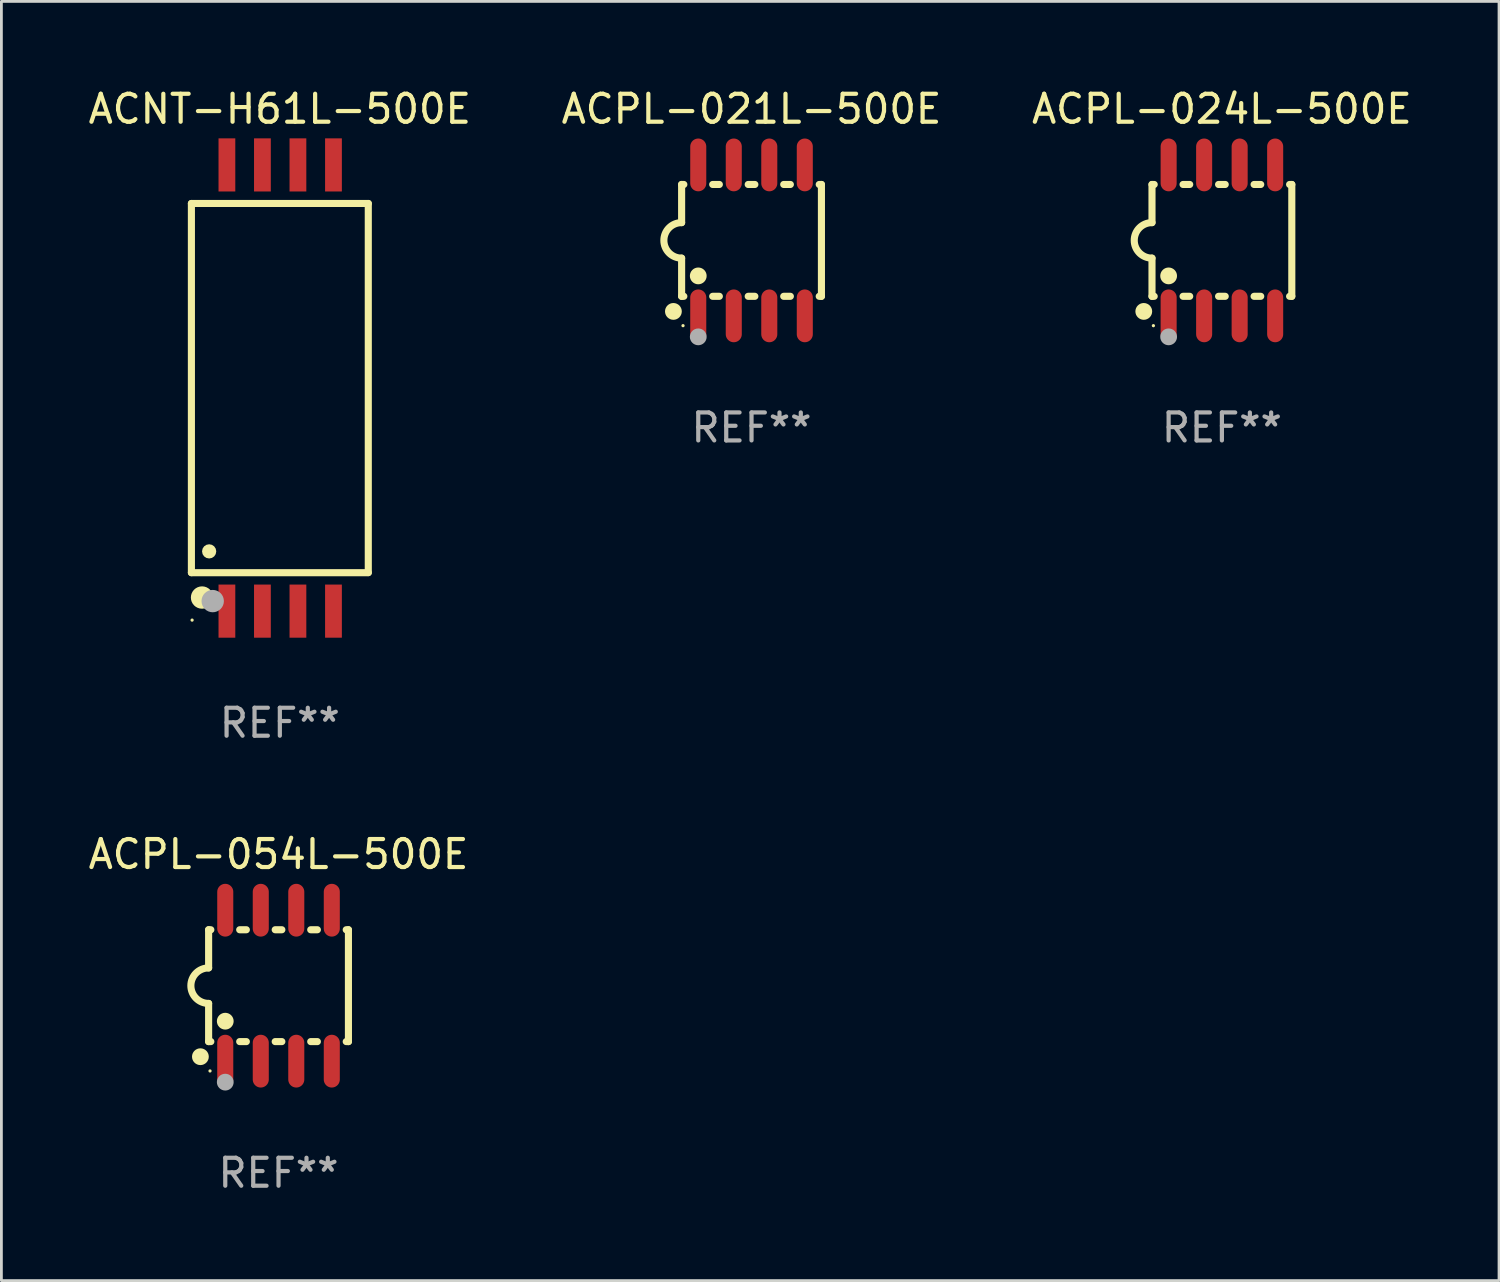
<source format=kicad_pcb>
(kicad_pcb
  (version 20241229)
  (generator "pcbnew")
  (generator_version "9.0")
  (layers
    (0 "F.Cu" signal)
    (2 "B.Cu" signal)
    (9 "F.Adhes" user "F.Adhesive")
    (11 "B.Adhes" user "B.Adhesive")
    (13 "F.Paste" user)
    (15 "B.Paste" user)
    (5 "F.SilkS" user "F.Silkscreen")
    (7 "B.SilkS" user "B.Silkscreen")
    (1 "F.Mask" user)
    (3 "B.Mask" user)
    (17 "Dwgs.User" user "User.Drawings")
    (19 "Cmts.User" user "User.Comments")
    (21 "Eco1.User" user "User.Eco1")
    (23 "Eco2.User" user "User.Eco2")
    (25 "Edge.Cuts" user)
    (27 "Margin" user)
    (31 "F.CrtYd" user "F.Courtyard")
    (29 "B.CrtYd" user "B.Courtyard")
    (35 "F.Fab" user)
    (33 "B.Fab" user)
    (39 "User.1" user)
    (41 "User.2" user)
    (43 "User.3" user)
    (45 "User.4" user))
  (footprint "ACPL-054L-500E"
    (layer "F.Cu")
    (at 6.911 32.201)
    (property "Reference" "ACPL-054L-500E" (at 0 -4.699 0) (layer "F.SilkS") (effects (font (size 1 1) (thickness 0.15))))
    (attr through_hole)
    (fp_line (start -2.5 -2) (end -2.5 -0.635) (stroke (width 0.254) (type solid)) (layer "F.SilkS"))
    (fp_line (start -2.5 -2) (end -2.421 -2) (stroke (width 0.254) (type solid)) (layer "F.SilkS"))
    (fp_line (start -2.5 2) (end -2.5 0.635) (stroke (width 0.254) (type solid)) (layer "F.SilkS"))
    (fp_line (start -2.5 2) (end -2.421 2) (stroke (width 0.254) (type solid)) (layer "F.SilkS"))
    (fp_line (start -1.389 -2) (end -1.151 -2) (stroke (width 0.254) (type solid)) (layer "F.SilkS"))
    (fp_line (start -1.389 2) (end -1.151 2) (stroke (width 0.254) (type solid)) (layer "F.SilkS"))
    (fp_line (start -0.119 -2) (end 0.119 -2) (stroke (width 0.254) (type solid)) (layer "F.SilkS"))
    (fp_line (start -0.119 2) (end 0.119 2) (stroke (width 0.254) (type solid)) (layer "F.SilkS"))
    (fp_line (start 1.151 -2) (end 1.389 -2) (stroke (width 0.254) (type solid)) (layer "F.SilkS"))
    (fp_line (start 1.151 2) (end 1.389 2) (stroke (width 0.254) (type solid)) (layer "F.SilkS"))
    (fp_line (start 2.421 -2) (end 2.5 -2) (stroke (width 0.254) (type solid)) (layer "F.SilkS"))
    (fp_line (start 2.421 2) (end 2.5 2) (stroke (width 0.254) (type solid)) (layer "F.SilkS"))
    (fp_line (start 2.5 -2) (end 2.5 2) (stroke (width 0.254) (type solid)) (layer "F.SilkS"))
    (fp_arc (start -2.5 0.635001) (mid -3.134366 -0.000318) (end -2.499365 -0.635001) (stroke (width 0.254001) (type solid)) (layer "F.SilkS"))
    (fp_circle (center -2.794 2.54) (end -2.644 2.54) (stroke (width 0.3) (type solid)) (fill no) (layer "F.SilkS"))
    (fp_circle (center -2.45 3.05) (end -2.42 3.05) (stroke (width 0.06) (type solid)) (fill no) (layer "F.SilkS"))
    (fp_circle (center -1.905 1.27) (end -1.755 1.27) (stroke (width 0.3) (type solid)) (fill no) (layer "F.SilkS"))
    (fp_circle (center -1.905 3.45) (end -1.755 3.45) (stroke (width 0.3) (type solid)) (fill no) (layer "F.Fab"))
    (fp_text user "REF**" (at 0 6.699 0) (layer "F.Fab") (effects (font (size 1 1) (thickness 0.15))))
    (pad "1" smd oval (at -1.905 2.699) (size 0.574 1.888) (layers "F.Cu" "F.Mask" "F.Paste"))
    (pad "2" smd oval (at -0.635 2.699) (size 0.574 1.888) (layers "F.Cu" "F.Mask" "F.Paste"))
    (pad "3" smd oval (at 0.635 2.699) (size 0.574 1.888) (layers "F.Cu" "F.Mask" "F.Paste"))
    (pad "4" smd oval (at 1.905 2.699) (size 0.574 1.888) (layers "F.Cu" "F.Mask" "F.Paste"))
    (pad "5" smd oval (at 1.905 -2.699) (size 0.574 1.888) (layers "F.Cu" "F.Mask" "F.Paste"))
    (pad "6" smd oval (at 0.635 -2.699) (size 0.574 1.888) (layers "F.Cu" "F.Mask" "F.Paste"))
    (pad "7" smd oval (at -0.635 -2.699) (size 0.574 1.888) (layers "F.Cu" "F.Mask" "F.Paste"))
    (pad "8" smd oval (at -1.905 -2.699) (size 0.574 1.888) (layers "F.Cu" "F.Mask" "F.Paste")))
  (footprint "ACPL-021L-500E"
    (layer "F.Cu")
    (at 23.827 5.547)
    (property "Reference" "ACPL-021L-500E" (at 0 -4.699 0) (layer "F.SilkS") (effects (font (size 1 1) (thickness 0.15))))
    (attr through_hole)
    (fp_line (start -2.5 -2) (end -2.5 -0.635) (stroke (width 0.254) (type solid)) (layer "F.SilkS"))
    (fp_line (start -2.5 -2) (end -2.421 -2) (stroke (width 0.254) (type solid)) (layer "F.SilkS"))
    (fp_line (start -2.5 2) (end -2.5 0.635) (stroke (width 0.254) (type solid)) (layer "F.SilkS"))
    (fp_line (start -2.5 2) (end -2.421 2) (stroke (width 0.254) (type solid)) (layer "F.SilkS"))
    (fp_line (start -1.389 -2) (end -1.151 -2) (stroke (width 0.254) (type solid)) (layer "F.SilkS"))
    (fp_line (start -1.389 2) (end -1.151 2) (stroke (width 0.254) (type solid)) (layer "F.SilkS"))
    (fp_line (start -0.119 -2) (end 0.119 -2) (stroke (width 0.254) (type solid)) (layer "F.SilkS"))
    (fp_line (start -0.119 2) (end 0.119 2) (stroke (width 0.254) (type solid)) (layer "F.SilkS"))
    (fp_line (start 1.151 -2) (end 1.389 -2) (stroke (width 0.254) (type solid)) (layer "F.SilkS"))
    (fp_line (start 1.151 2) (end 1.389 2) (stroke (width 0.254) (type solid)) (layer "F.SilkS"))
    (fp_line (start 2.421 -2) (end 2.5 -2) (stroke (width 0.254) (type solid)) (layer "F.SilkS"))
    (fp_line (start 2.421 2) (end 2.5 2) (stroke (width 0.254) (type solid)) (layer "F.SilkS"))
    (fp_line (start 2.5 -2) (end 2.5 2) (stroke (width 0.254) (type solid)) (layer "F.SilkS"))
    (fp_arc (start -2.5 0.635001) (mid -3.134366 -0.000318) (end -2.499365 -0.635001) (stroke (width 0.254001) (type solid)) (layer "F.SilkS"))
    (fp_circle (center -2.794 2.54) (end -2.644 2.54) (stroke (width 0.3) (type solid)) (fill no) (layer "F.SilkS"))
    (fp_circle (center -2.45 3.05) (end -2.42 3.05) (stroke (width 0.06) (type solid)) (fill no) (layer "F.SilkS"))
    (fp_circle (center -1.905 1.27) (end -1.755 1.27) (stroke (width 0.3) (type solid)) (fill no) (layer "F.SilkS"))
    (fp_circle (center -1.905 3.45) (end -1.755 3.45) (stroke (width 0.3) (type solid)) (fill no) (layer "F.Fab"))
    (fp_text user "REF**" (at 0 6.699 0) (layer "F.Fab") (effects (font (size 1 1) (thickness 0.15))))
    (pad "1" smd oval (at -1.905 2.699) (size 0.574 1.888) (layers "F.Cu" "F.Mask" "F.Paste"))
    (pad "2" smd oval (at -0.635 2.699) (size 0.574 1.888) (layers "F.Cu" "F.Mask" "F.Paste"))
    (pad "3" smd oval (at 0.635 2.699) (size 0.574 1.888) (layers "F.Cu" "F.Mask" "F.Paste"))
    (pad "4" smd oval (at 1.905 2.699) (size 0.574 1.888) (layers "F.Cu" "F.Mask" "F.Paste"))
    (pad "5" smd oval (at 1.905 -2.699) (size 0.574 1.888) (layers "F.Cu" "F.Mask" "F.Paste"))
    (pad "6" smd oval (at 0.635 -2.699) (size 0.574 1.888) (layers "F.Cu" "F.Mask" "F.Paste"))
    (pad "7" smd oval (at -0.635 -2.699) (size 0.574 1.888) (layers "F.Cu" "F.Mask" "F.Paste"))
    (pad "8" smd oval (at -1.905 -2.699) (size 0.574 1.888) (layers "F.Cu" "F.Mask" "F.Paste")))
  (footprint "ACPL-024L-500E"
    (layer "F.Cu")
    (at 40.649 5.547)
    (property "Reference" "ACPL-024L-500E" (at 0 -4.699 0) (layer "F.SilkS") (effects (font (size 1 1) (thickness 0.15))))
    (attr through_hole)
    (fp_line (start -2.5 -2) (end -2.5 -0.635) (stroke (width 0.254) (type solid)) (layer "F.SilkS"))
    (fp_line (start -2.5 -2) (end -2.421 -2) (stroke (width 0.254) (type solid)) (layer "F.SilkS"))
    (fp_line (start -2.5 2) (end -2.5 0.635) (stroke (width 0.254) (type solid)) (layer "F.SilkS"))
    (fp_line (start -2.5 2) (end -2.421 2) (stroke (width 0.254) (type solid)) (layer "F.SilkS"))
    (fp_line (start -1.389 -2) (end -1.151 -2) (stroke (width 0.254) (type solid)) (layer "F.SilkS"))
    (fp_line (start -1.389 2) (end -1.151 2) (stroke (width 0.254) (type solid)) (layer "F.SilkS"))
    (fp_line (start -0.119 -2) (end 0.119 -2) (stroke (width 0.254) (type solid)) (layer "F.SilkS"))
    (fp_line (start -0.119 2) (end 0.119 2) (stroke (width 0.254) (type solid)) (layer "F.SilkS"))
    (fp_line (start 1.151 -2) (end 1.389 -2) (stroke (width 0.254) (type solid)) (layer "F.SilkS"))
    (fp_line (start 1.151 2) (end 1.389 2) (stroke (width 0.254) (type solid)) (layer "F.SilkS"))
    (fp_line (start 2.421 -2) (end 2.5 -2) (stroke (width 0.254) (type solid)) (layer "F.SilkS"))
    (fp_line (start 2.421 2) (end 2.5 2) (stroke (width 0.254) (type solid)) (layer "F.SilkS"))
    (fp_line (start 2.5 -2) (end 2.5 2) (stroke (width 0.254) (type solid)) (layer "F.SilkS"))
    (fp_arc (start -2.5 0.635001) (mid -3.134366 -0.000318) (end -2.499365 -0.635001) (stroke (width 0.254001) (type solid)) (layer "F.SilkS"))
    (fp_circle (center -2.794 2.54) (end -2.644 2.54) (stroke (width 0.3) (type solid)) (fill no) (layer "F.SilkS"))
    (fp_circle (center -2.45 3.05) (end -2.42 3.05) (stroke (width 0.06) (type solid)) (fill no) (layer "F.SilkS"))
    (fp_circle (center -1.905 1.27) (end -1.755 1.27) (stroke (width 0.3) (type solid)) (fill no) (layer "F.SilkS"))
    (fp_circle (center -1.905 3.45) (end -1.755 3.45) (stroke (width 0.3) (type solid)) (fill no) (layer "F.Fab"))
    (fp_text user "REF**" (at 0 6.699 0) (layer "F.Fab") (effects (font (size 1 1) (thickness 0.15))))
    (pad "1" smd oval (at -1.905 2.699) (size 0.574 1.888) (layers "F.Cu" "F.Mask" "F.Paste"))
    (pad "2" smd oval (at -0.635 2.699) (size 0.574 1.888) (layers "F.Cu" "F.Mask" "F.Paste"))
    (pad "3" smd oval (at 0.635 2.699) (size 0.574 1.888) (layers "F.Cu" "F.Mask" "F.Paste"))
    (pad "4" smd oval (at 1.905 2.699) (size 0.574 1.888) (layers "F.Cu" "F.Mask" "F.Paste"))
    (pad "5" smd oval (at 1.905 -2.699) (size 0.574 1.888) (layers "F.Cu" "F.Mask" "F.Paste"))
    (pad "6" smd oval (at 0.635 -2.699) (size 0.574 1.888) (layers "F.Cu" "F.Mask" "F.Paste"))
    (pad "7" smd oval (at -0.635 -2.699) (size 0.574 1.888) (layers "F.Cu" "F.Mask" "F.Paste"))
    (pad "8" smd oval (at -1.905 -2.699) (size 0.574 1.888) (layers "F.Cu" "F.Mask" "F.Paste")))
  (footprint "ACNT-H61L-500E"
    (layer "F.Cu")
    (at 6.958 10.827)
    (property "Reference" "ACNT-H61L-500E" (at 0 -9.979 0) (layer "F.SilkS") (effects (font (size 1 1) (thickness 0.15))))
    (attr through_hole)
    (fp_line (start -3.163 -6.6) (end -3.163 6.604) (stroke (width 0.254) (type solid)) (layer "F.SilkS"))
    (fp_line (start -3.163 6.604) (end 3.163 6.604) (stroke (width 0.254) (type solid)) (layer "F.SilkS"))
    (fp_line (start 3.163 -6.6) (end -3.163 -6.6) (stroke (width 0.254) (type solid)) (layer "F.SilkS"))
    (fp_line (start 3.163 -6.6) (end 3.163 6.6) (stroke (width 0.254) (type solid)) (layer "F.SilkS"))
    (fp_circle (center -3.138 8.3) (end -3.108 8.3) (stroke (width 0.06) (type solid)) (fill no) (layer "F.SilkS"))
    (fp_circle (center -2.782 7.493) (end -2.582 7.493) (stroke (width 0.4) (type solid)) (fill no) (layer "F.SilkS"))
    (fp_circle (center -2.528 5.842) (end -2.401 5.842) (stroke (width 0.254) (type solid)) (fill no) (layer "F.SilkS"))
    (fp_circle (center -2.401 7.62) (end -2.201 7.62) (stroke (width 0.4) (type solid)) (fill no) (layer "F.Fab"))
    (fp_text user "REF**" (at 0 11.979 0) (layer "F.Fab") (effects (font (size 1 1) (thickness 0.15))))
    (pad "1" smd rect (at -1.893 7.979) (size 0.6 1.9) (layers "F.Cu" "F.Mask" "F.Paste"))
    (pad "2" smd rect (at -0.623 7.979) (size 0.6 1.9) (layers "F.Cu" "F.Mask" "F.Paste"))
    (pad "3" smd rect (at 0.647 7.979) (size 0.6 1.9) (layers "F.Cu" "F.Mask" "F.Paste"))
    (pad "4" smd rect (at 1.918 7.979) (size 0.6 1.9) (layers "F.Cu" "F.Mask" "F.Paste"))
    (pad "5" smd rect (at 1.918 -7.979) (size 0.6 1.9) (layers "F.Cu" "F.Mask" "F.Paste"))
    (pad "6" smd rect (at 0.647 -7.979) (size 0.6 1.9) (layers "F.Cu" "F.Mask" "F.Paste"))
    (pad "7" smd rect (at -0.623 -7.979) (size 0.6 1.9) (layers "F.Cu" "F.Mask" "F.Paste"))
    (pad "8" smd rect (at -1.893 -7.979) (size 0.6 1.9) (layers "F.Cu" "F.Mask" "F.Paste")))
  (gr_rect
    (start -3 -3)
    (end 50.56 42.748)
    (stroke (width 0.1) (type default))
    (fill no)
    (layer "Edge.Cuts")))
</source>
